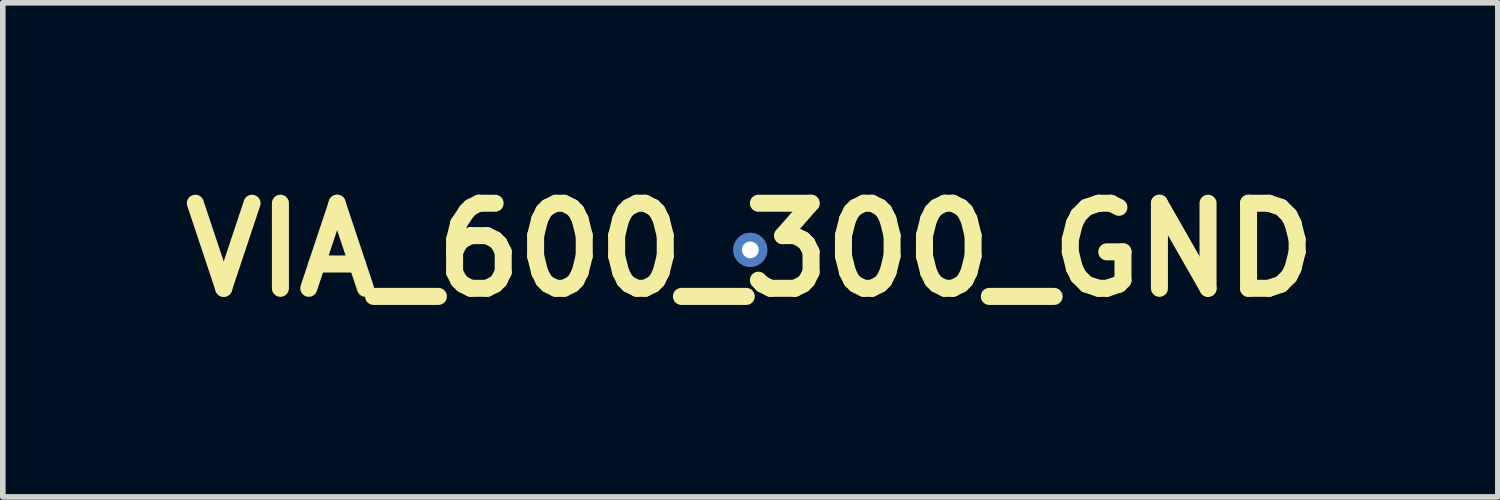
<source format=kicad_pcb>
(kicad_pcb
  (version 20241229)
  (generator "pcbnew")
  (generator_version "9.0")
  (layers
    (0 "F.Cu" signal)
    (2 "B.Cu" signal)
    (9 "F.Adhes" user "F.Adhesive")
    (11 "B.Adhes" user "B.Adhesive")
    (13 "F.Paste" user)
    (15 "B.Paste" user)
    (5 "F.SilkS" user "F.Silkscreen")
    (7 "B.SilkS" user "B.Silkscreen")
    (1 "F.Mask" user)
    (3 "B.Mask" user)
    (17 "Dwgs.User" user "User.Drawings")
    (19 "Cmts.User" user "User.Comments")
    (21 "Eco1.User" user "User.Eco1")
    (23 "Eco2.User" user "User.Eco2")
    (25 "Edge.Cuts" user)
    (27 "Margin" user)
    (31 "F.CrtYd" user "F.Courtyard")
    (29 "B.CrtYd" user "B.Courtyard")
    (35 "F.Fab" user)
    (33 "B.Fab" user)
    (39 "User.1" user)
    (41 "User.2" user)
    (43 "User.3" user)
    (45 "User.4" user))
  (footprint "VIA_600_300_GND"
    (layer "F.Cu")
    (at 10.392 1.426)
    (property "Reference" "VIA_600_300_GND" (at 0 0 0) (layer "F.SilkS") (effects (font (size 1.524 1.524) (thickness 0.305))))
    (attr through_hole)
    (pad "3" thru_hole circle (at 0 0) (size 0.61 0.61) (drill 0.3) (layers "*.Cu")))
  (gr_rect
    (start -3 -3)
    (end 23.784 5.853)
    (stroke (width 0.1) (type default))
    (fill no)
    (layer "Edge.Cuts")))
</source>
